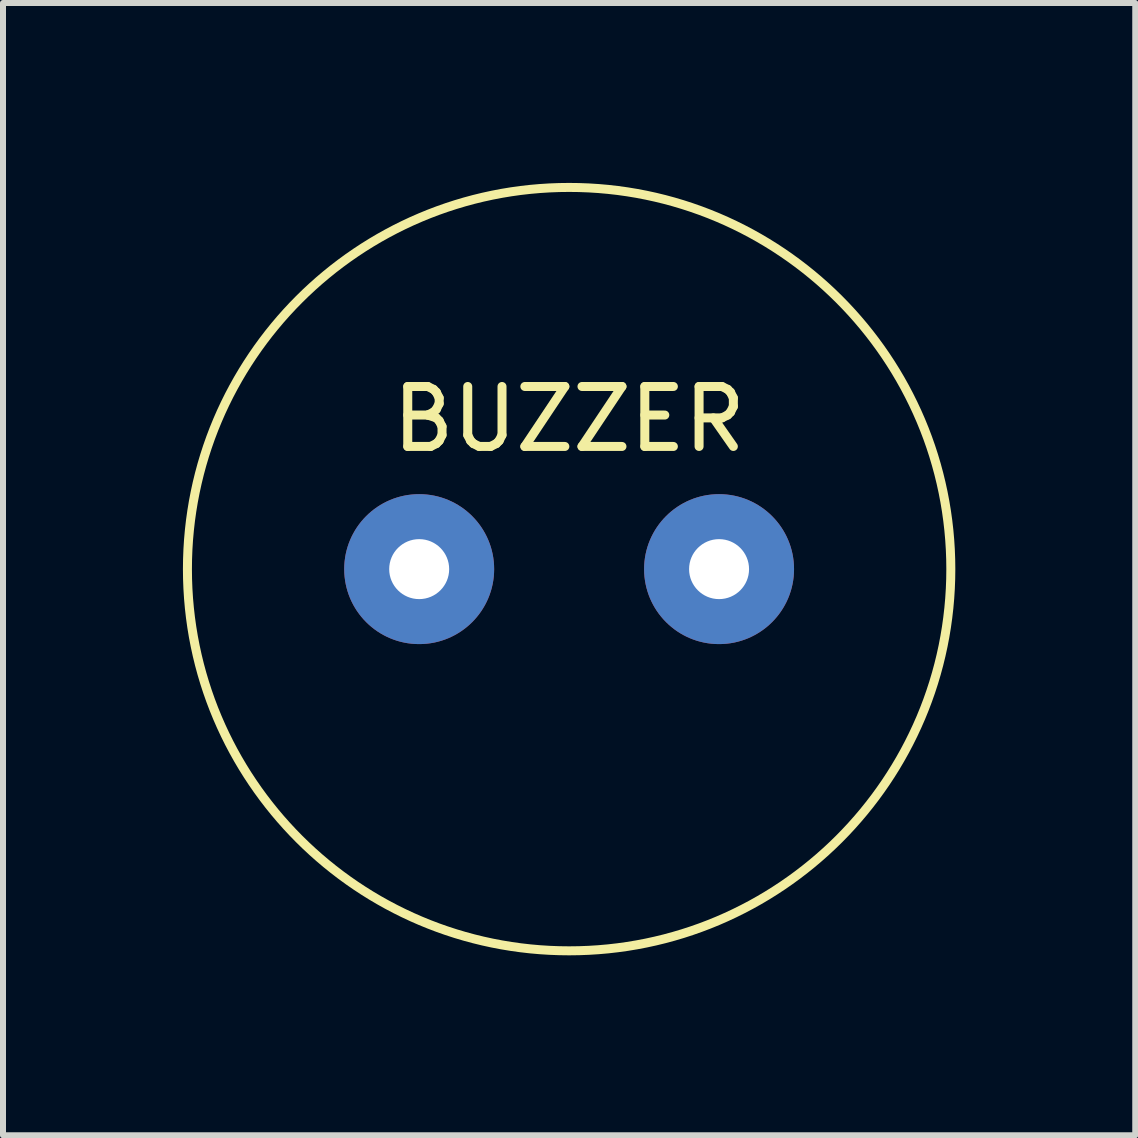
<source format=kicad_pcb>
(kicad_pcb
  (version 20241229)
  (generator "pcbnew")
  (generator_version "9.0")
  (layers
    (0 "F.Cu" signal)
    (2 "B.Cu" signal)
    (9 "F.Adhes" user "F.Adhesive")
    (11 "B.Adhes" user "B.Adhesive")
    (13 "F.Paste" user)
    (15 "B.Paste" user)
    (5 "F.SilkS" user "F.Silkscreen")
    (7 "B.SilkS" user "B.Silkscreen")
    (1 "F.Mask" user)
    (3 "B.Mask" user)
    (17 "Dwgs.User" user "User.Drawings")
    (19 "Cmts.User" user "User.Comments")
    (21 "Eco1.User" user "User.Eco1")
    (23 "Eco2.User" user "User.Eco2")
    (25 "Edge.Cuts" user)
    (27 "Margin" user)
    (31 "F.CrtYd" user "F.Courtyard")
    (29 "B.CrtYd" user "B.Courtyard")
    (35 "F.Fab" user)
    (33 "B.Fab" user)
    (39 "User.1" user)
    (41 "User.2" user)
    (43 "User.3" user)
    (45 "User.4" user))
  (footprint "BUZZER"
    (layer "F.Cu")
    (at 6.439 6.439)
    (property "Reference" "BUZZER" (at 0 -2.5 0) (layer "F.SilkS") (effects (font (size 1 1) (thickness 0.15))))
    (attr through_hole)
    (fp_circle (center 0 0) (end 4.5 -4.5) (stroke (width 0.15) (type solid)) (fill no) (layer "F.SilkS"))
    (pad "1" thru_hole circle (at -2.5 0) (size 2.5 2.5) (drill 1) (layers "*.Cu" "*.Mask"))
    (pad "2" thru_hole circle (at 2.5 0) (size 2.5 2.5) (drill 1) (layers "*.Cu" "*.Mask")))
  (gr_rect
    (start -3 -3)
    (end 15.878 15.878)
    (stroke (width 0.1) (type default))
    (fill no)
    (layer "Edge.Cuts")))
</source>
